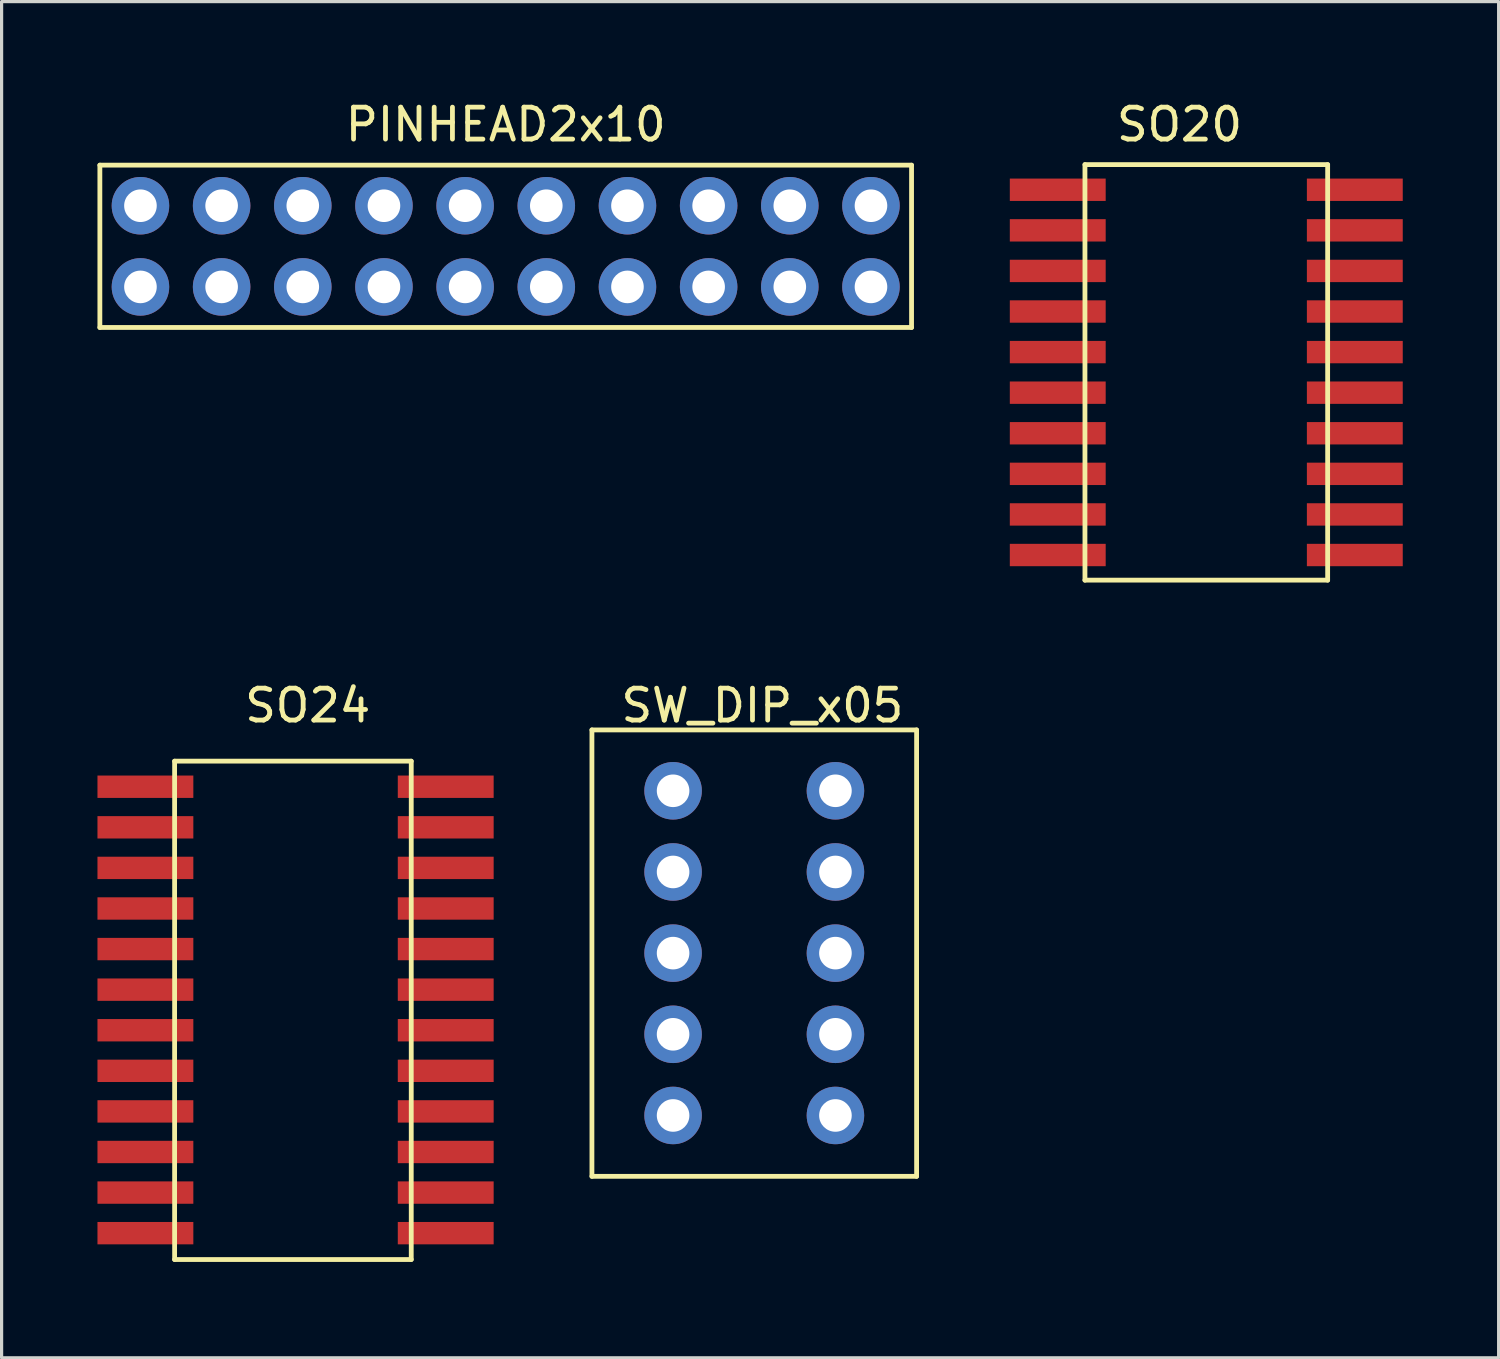
<source format=kicad_pcb>
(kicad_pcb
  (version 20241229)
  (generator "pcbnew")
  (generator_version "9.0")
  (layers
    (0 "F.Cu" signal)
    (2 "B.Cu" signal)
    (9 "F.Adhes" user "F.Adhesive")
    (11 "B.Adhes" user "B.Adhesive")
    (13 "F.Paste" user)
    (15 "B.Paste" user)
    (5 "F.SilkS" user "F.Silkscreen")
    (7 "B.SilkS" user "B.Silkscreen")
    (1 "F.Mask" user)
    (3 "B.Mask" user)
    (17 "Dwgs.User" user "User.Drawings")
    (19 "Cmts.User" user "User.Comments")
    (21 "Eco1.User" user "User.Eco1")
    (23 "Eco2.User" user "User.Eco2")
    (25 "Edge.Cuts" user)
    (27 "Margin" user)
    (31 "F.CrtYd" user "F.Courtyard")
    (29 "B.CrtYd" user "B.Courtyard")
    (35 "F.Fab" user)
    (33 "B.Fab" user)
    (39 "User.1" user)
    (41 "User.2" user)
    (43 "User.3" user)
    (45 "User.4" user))
  (footprint "SW_DIP_x05"
    (layer "F.Cu")
    (at 20.553 26.776)
    (property "Reference" "SW_DIP_x05" (at 0.254 -7.747 0) (layer "F.SilkS") (effects (font (size 1 1) (thickness 0.15))))
    (attr through_hole)
    (fp_line (start -5.08 -6.985) (end 5.08 -6.985) (stroke (width 0.15) (type solid)) (layer "F.SilkS"))
    (fp_line (start -5.08 6.985) (end -5.08 -6.985) (stroke (width 0.15) (type solid)) (layer "F.SilkS"))
    (fp_line (start 5.08 -6.985) (end 5.08 6.985) (stroke (width 0.15) (type solid)) (layer "F.SilkS"))
    (fp_line (start 5.08 6.985) (end -5.08 6.985) (stroke (width 0.15) (type solid)) (layer "F.SilkS"))
    (pad "1" thru_hole circle (at -2.54 -5.08) (size 1.8 1.8) (drill 1.02) (layers "*.Cu" "*.Mask"))
    (pad "2" thru_hole circle (at -2.54 -2.54) (size 1.8 1.8) (drill 1.02) (layers "*.Cu" "*.Mask"))
    (pad "3" thru_hole circle (at -2.54 0) (size 1.8 1.8) (drill 1.02) (layers "*.Cu" "*.Mask"))
    (pad "4" thru_hole circle (at -2.54 2.54) (size 1.8 1.8) (drill 1.02) (layers "*.Cu" "*.Mask"))
    (pad "5" thru_hole circle (at -2.54 5.08) (size 1.8 1.8) (drill 1.02) (layers "*.Cu" "*.Mask"))
    (pad "6" thru_hole circle (at 2.54 5.08) (size 1.8 1.8) (drill 1.02) (layers "*.Cu" "*.Mask"))
    (pad "7" thru_hole circle (at 2.54 2.54) (size 1.8 1.8) (drill 1.02) (layers "*.Cu" "*.Mask"))
    (pad "8" thru_hole circle (at 2.54 0) (size 1.8 1.8) (drill 1.02) (layers "*.Cu" "*.Mask"))
    (pad "9" thru_hole circle (at 2.54 -2.54) (size 1.8 1.8) (drill 1.02) (layers "*.Cu" "*.Mask"))
    (pad "10" thru_hole circle (at 2.54 -5.08) (size 1.8 1.8) (drill 1.02) (layers "*.Cu" "*.Mask")))
  (footprint "SO20"
    (layer "F.Cu")
    (at 33.86 7.968)
    (property "Reference" "SO20" (at 0 -7.12 0) (layer "F.SilkS") (effects (font (size 1 1) (thickness 0.15))))
    (attr through_hole)
    (fp_line (start -2.959 -5.867) (end 4.636 -5.867) (stroke (width 0.15) (type solid)) (layer "F.SilkS"))
    (fp_line (start -2.959 7.137) (end -2.959 -5.867) (stroke (width 0.15) (type solid)) (layer "F.SilkS"))
    (fp_line (start 4.636 -5.867) (end 4.636 7.137) (stroke (width 0.15) (type solid)) (layer "F.SilkS"))
    (fp_line (start 4.636 7.137) (end -2.959 7.137) (stroke (width 0.15) (type solid)) (layer "F.SilkS"))
    (pad "1" smd rect (at -3.81 -5.08) (size 3 0.7) (layers "F.Cu" "F.Mask" "F.Paste"))
    (pad "2" smd rect (at -3.81 -3.81) (size 3 0.7) (layers "F.Cu" "F.Mask" "F.Paste"))
    (pad "3" smd rect (at -3.81 -2.54) (size 3 0.7) (layers "F.Cu" "F.Mask" "F.Paste"))
    (pad "4" smd rect (at -3.81 -1.27) (size 3 0.7) (layers "F.Cu" "F.Mask" "F.Paste"))
    (pad "5" smd rect (at -3.81 0) (size 3 0.7) (layers "F.Cu" "F.Mask" "F.Paste"))
    (pad "6" smd rect (at -3.81 1.27) (size 3 0.7) (layers "F.Cu" "F.Mask" "F.Paste"))
    (pad "7" smd rect (at -3.81 2.54) (size 3 0.7) (layers "F.Cu" "F.Mask" "F.Paste"))
    (pad "8" smd rect (at -3.81 3.81) (size 3 0.7) (layers "F.Cu" "F.Mask" "F.Paste"))
    (pad "9" smd rect (at -3.81 5.08) (size 3 0.7) (layers "F.Cu" "F.Mask" "F.Paste"))
    (pad "10" smd rect (at -3.81 6.35) (size 3 0.7) (layers "F.Cu" "F.Mask" "F.Paste"))
    (pad "11" smd rect (at 5.486 6.35) (size 3 0.7) (layers "F.Cu" "F.Mask" "F.Paste"))
    (pad "12" smd rect (at 5.486 5.08) (size 3 0.7) (layers "F.Cu" "F.Mask" "F.Paste"))
    (pad "13" smd rect (at 5.486 3.81) (size 3 0.7) (layers "F.Cu" "F.Mask" "F.Paste"))
    (pad "14" smd rect (at 5.486 2.54) (size 3 0.7) (layers "F.Cu" "F.Mask" "F.Paste"))
    (pad "15" smd rect (at 5.486 1.27) (size 3 0.7) (layers "F.Cu" "F.Mask" "F.Paste"))
    (pad "16" smd rect (at 5.486 0) (size 3 0.7) (layers "F.Cu" "F.Mask" "F.Paste"))
    (pad "17" smd rect (at 5.486 -1.27) (size 3 0.7) (layers "F.Cu" "F.Mask" "F.Paste"))
    (pad "18" smd rect (at 5.486 -2.54) (size 3 0.7) (layers "F.Cu" "F.Mask" "F.Paste"))
    (pad "19" smd rect (at 5.486 -3.81) (size 3 0.7) (layers "F.Cu" "F.Mask" "F.Paste"))
    (pad "20" smd rect (at 5.486 -5.08) (size 3 0.7) (layers "F.Cu" "F.Mask" "F.Paste")))
  (footprint "PINHEAD2x10"
    (layer "F.Cu")
    (at 12.775 4.658)
    (property "Reference" "PINHEAD2x10" (at 0 -3.81 0) (layer "F.SilkS") (effects (font (size 1 1) (thickness 0.15))))
    (attr through_hole)
    (fp_line (start -12.7 -2.54) (end 12.7 -2.54) (stroke (width 0.15) (type solid)) (layer "F.SilkS"))
    (fp_line (start -12.7 2.54) (end -12.7 -2.54) (stroke (width 0.15) (type solid)) (layer "F.SilkS"))
    (fp_line (start 12.7 -2.54) (end 12.7 2.54) (stroke (width 0.15) (type solid)) (layer "F.SilkS"))
    (fp_line (start 12.7 2.54) (end -12.7 2.54) (stroke (width 0.15) (type solid)) (layer "F.SilkS"))
    (pad "1" thru_hole circle (at -11.43 1.27) (size 1.8 1.8) (drill 1.02) (layers "*.Cu" "*.Mask"))
    (pad "2" thru_hole circle (at -8.89 1.27) (size 1.8 1.8) (drill 1.02) (layers "*.Cu" "*.Mask"))
    (pad "3" thru_hole circle (at -6.35 1.27) (size 1.8 1.8) (drill 1.02) (layers "*.Cu" "*.Mask"))
    (pad "4" thru_hole circle (at -3.81 1.27) (size 1.8 1.8) (drill 1.02) (layers "*.Cu" "*.Mask"))
    (pad "5" thru_hole circle (at -1.27 1.27) (size 1.8 1.8) (drill 1.02) (layers "*.Cu" "*.Mask"))
    (pad "6" thru_hole circle (at 1.27 1.27) (size 1.8 1.8) (drill 1.02) (layers "*.Cu" "*.Mask"))
    (pad "7" thru_hole circle (at 3.81 1.27) (size 1.8 1.8) (drill 1.02) (layers "*.Cu" "*.Mask"))
    (pad "8" thru_hole circle (at 6.35 1.27) (size 1.8 1.8) (drill 1.02) (layers "*.Cu" "*.Mask"))
    (pad "9" thru_hole circle (at 8.89 1.27) (size 1.8 1.8) (drill 1.02) (layers "*.Cu" "*.Mask"))
    (pad "10" thru_hole circle (at 11.43 1.27) (size 1.8 1.8) (drill 1.02) (layers "*.Cu" "*.Mask"))
    (pad "11" thru_hole circle (at 11.43 -1.27) (size 1.8 1.8) (drill 1.02) (layers "*.Cu" "*.Mask"))
    (pad "12" thru_hole circle (at 8.89 -1.27) (size 1.8 1.8) (drill 1.02) (layers "*.Cu" "*.Mask"))
    (pad "13" thru_hole circle (at 6.35 -1.27) (size 1.8 1.8) (drill 1.02) (layers "*.Cu" "*.Mask"))
    (pad "14" thru_hole circle (at 3.81 -1.27) (size 1.8 1.8) (drill 1.02) (layers "*.Cu" "*.Mask"))
    (pad "15" thru_hole circle (at 1.27 -1.27) (size 1.8 1.8) (drill 1.02) (layers "*.Cu" "*.Mask"))
    (pad "16" thru_hole circle (at -1.27 -1.27) (size 1.8 1.8) (drill 1.02) (layers "*.Cu" "*.Mask"))
    (pad "17" thru_hole circle (at -3.81 -1.27) (size 1.8 1.8) (drill 1.02) (layers "*.Cu" "*.Mask"))
    (pad "18" thru_hole circle (at -6.35 -1.27) (size 1.8 1.8) (drill 1.02) (layers "*.Cu" "*.Mask"))
    (pad "19" thru_hole circle (at -8.89 -1.27) (size 1.8 1.8) (drill 1.02) (layers "*.Cu" "*.Mask"))
    (pad "20" thru_hole circle (at -11.43 -1.27) (size 1.8 1.8) (drill 1.02) (layers "*.Cu" "*.Mask")))
  (footprint "SO24"
    (layer "F.Cu")
    (at 6.58 27.919)
    (property "Reference" "SO24" (at 0 -8.89 0) (layer "F.SilkS") (effects (font (size 1 1) (thickness 0.15))))
    (attr through_hole)
    (fp_line (start -4.166 -7.15) (end 3.239 -7.15) (stroke (width 0.15) (type solid)) (layer "F.SilkS"))
    (fp_line (start -4.166 8.445) (end -4.166 -7.15) (stroke (width 0.15) (type solid)) (layer "F.SilkS"))
    (fp_line (start 3.239 -7.15) (end 3.239 8.445) (stroke (width 0.15) (type solid)) (layer "F.SilkS"))
    (fp_line (start 3.239 8.445) (end -4.166 8.445) (stroke (width 0.15) (type solid)) (layer "F.SilkS"))
    (pad "1" smd rect (at -5.08 -6.35) (size 3 0.7) (layers "F.Cu" "F.Mask" "F.Paste"))
    (pad "2" smd rect (at -5.08 -5.08) (size 3 0.7) (layers "F.Cu" "F.Mask" "F.Paste"))
    (pad "3" smd rect (at -5.08 -3.81) (size 3 0.7) (layers "F.Cu" "F.Mask" "F.Paste"))
    (pad "4" smd rect (at -5.08 -2.54) (size 3 0.7) (layers "F.Cu" "F.Mask" "F.Paste"))
    (pad "5" smd rect (at -5.08 -1.27) (size 3 0.7) (layers "F.Cu" "F.Mask" "F.Paste"))
    (pad "6" smd rect (at -5.08 0) (size 3 0.7) (layers "F.Cu" "F.Mask" "F.Paste"))
    (pad "7" smd rect (at -5.08 1.27) (size 3 0.7) (layers "F.Cu" "F.Mask" "F.Paste"))
    (pad "8" smd rect (at -5.08 2.54) (size 3 0.7) (layers "F.Cu" "F.Mask" "F.Paste"))
    (pad "9" smd rect (at -5.08 3.81) (size 3 0.7) (layers "F.Cu" "F.Mask" "F.Paste"))
    (pad "10" smd rect (at -5.08 5.08) (size 3 0.7) (layers "F.Cu" "F.Mask" "F.Paste"))
    (pad "11" smd rect (at -5.08 6.35) (size 3 0.7) (layers "F.Cu" "F.Mask" "F.Paste"))
    (pad "12" smd rect (at -5.08 7.62) (size 3 0.7) (layers "F.Cu" "F.Mask" "F.Paste"))
    (pad "13" smd rect (at 4.318 7.62) (size 3 0.7) (layers "F.Cu" "F.Mask" "F.Paste"))
    (pad "14" smd rect (at 4.318 6.35) (size 3 0.7) (layers "F.Cu" "F.Mask" "F.Paste"))
    (pad "15" smd rect (at 4.318 5.08) (size 3 0.7) (layers "F.Cu" "F.Mask" "F.Paste"))
    (pad "16" smd rect (at 4.318 3.81) (size 3 0.7) (layers "F.Cu" "F.Mask" "F.Paste"))
    (pad "17" smd rect (at 4.318 2.54) (size 3 0.7) (layers "F.Cu" "F.Mask" "F.Paste"))
    (pad "18" smd rect (at 4.318 1.27) (size 3 0.7) (layers "F.Cu" "F.Mask" "F.Paste"))
    (pad "19" smd rect (at 4.318 0) (size 3 0.7) (layers "F.Cu" "F.Mask" "F.Paste"))
    (pad "20" smd rect (at 4.318 -1.27) (size 3 0.7) (layers "F.Cu" "F.Mask" "F.Paste"))
    (pad "21" smd rect (at 4.318 -2.54) (size 3 0.7) (layers "F.Cu" "F.Mask" "F.Paste"))
    (pad "22" smd rect (at 4.318 -3.81) (size 3 0.7) (layers "F.Cu" "F.Mask" "F.Paste"))
    (pad "23" smd rect (at 4.318 -5.08) (size 3 0.7) (layers "F.Cu" "F.Mask" "F.Paste"))
    (pad "24" smd rect (at 4.318 -6.35) (size 3 0.7) (layers "F.Cu" "F.Mask" "F.Paste")))
  (gr_rect
    (start -3 -3)
    (end 43.846 39.439)
    (stroke (width 0.1) (type default))
    (fill no)
    (layer "Edge.Cuts")))
</source>
